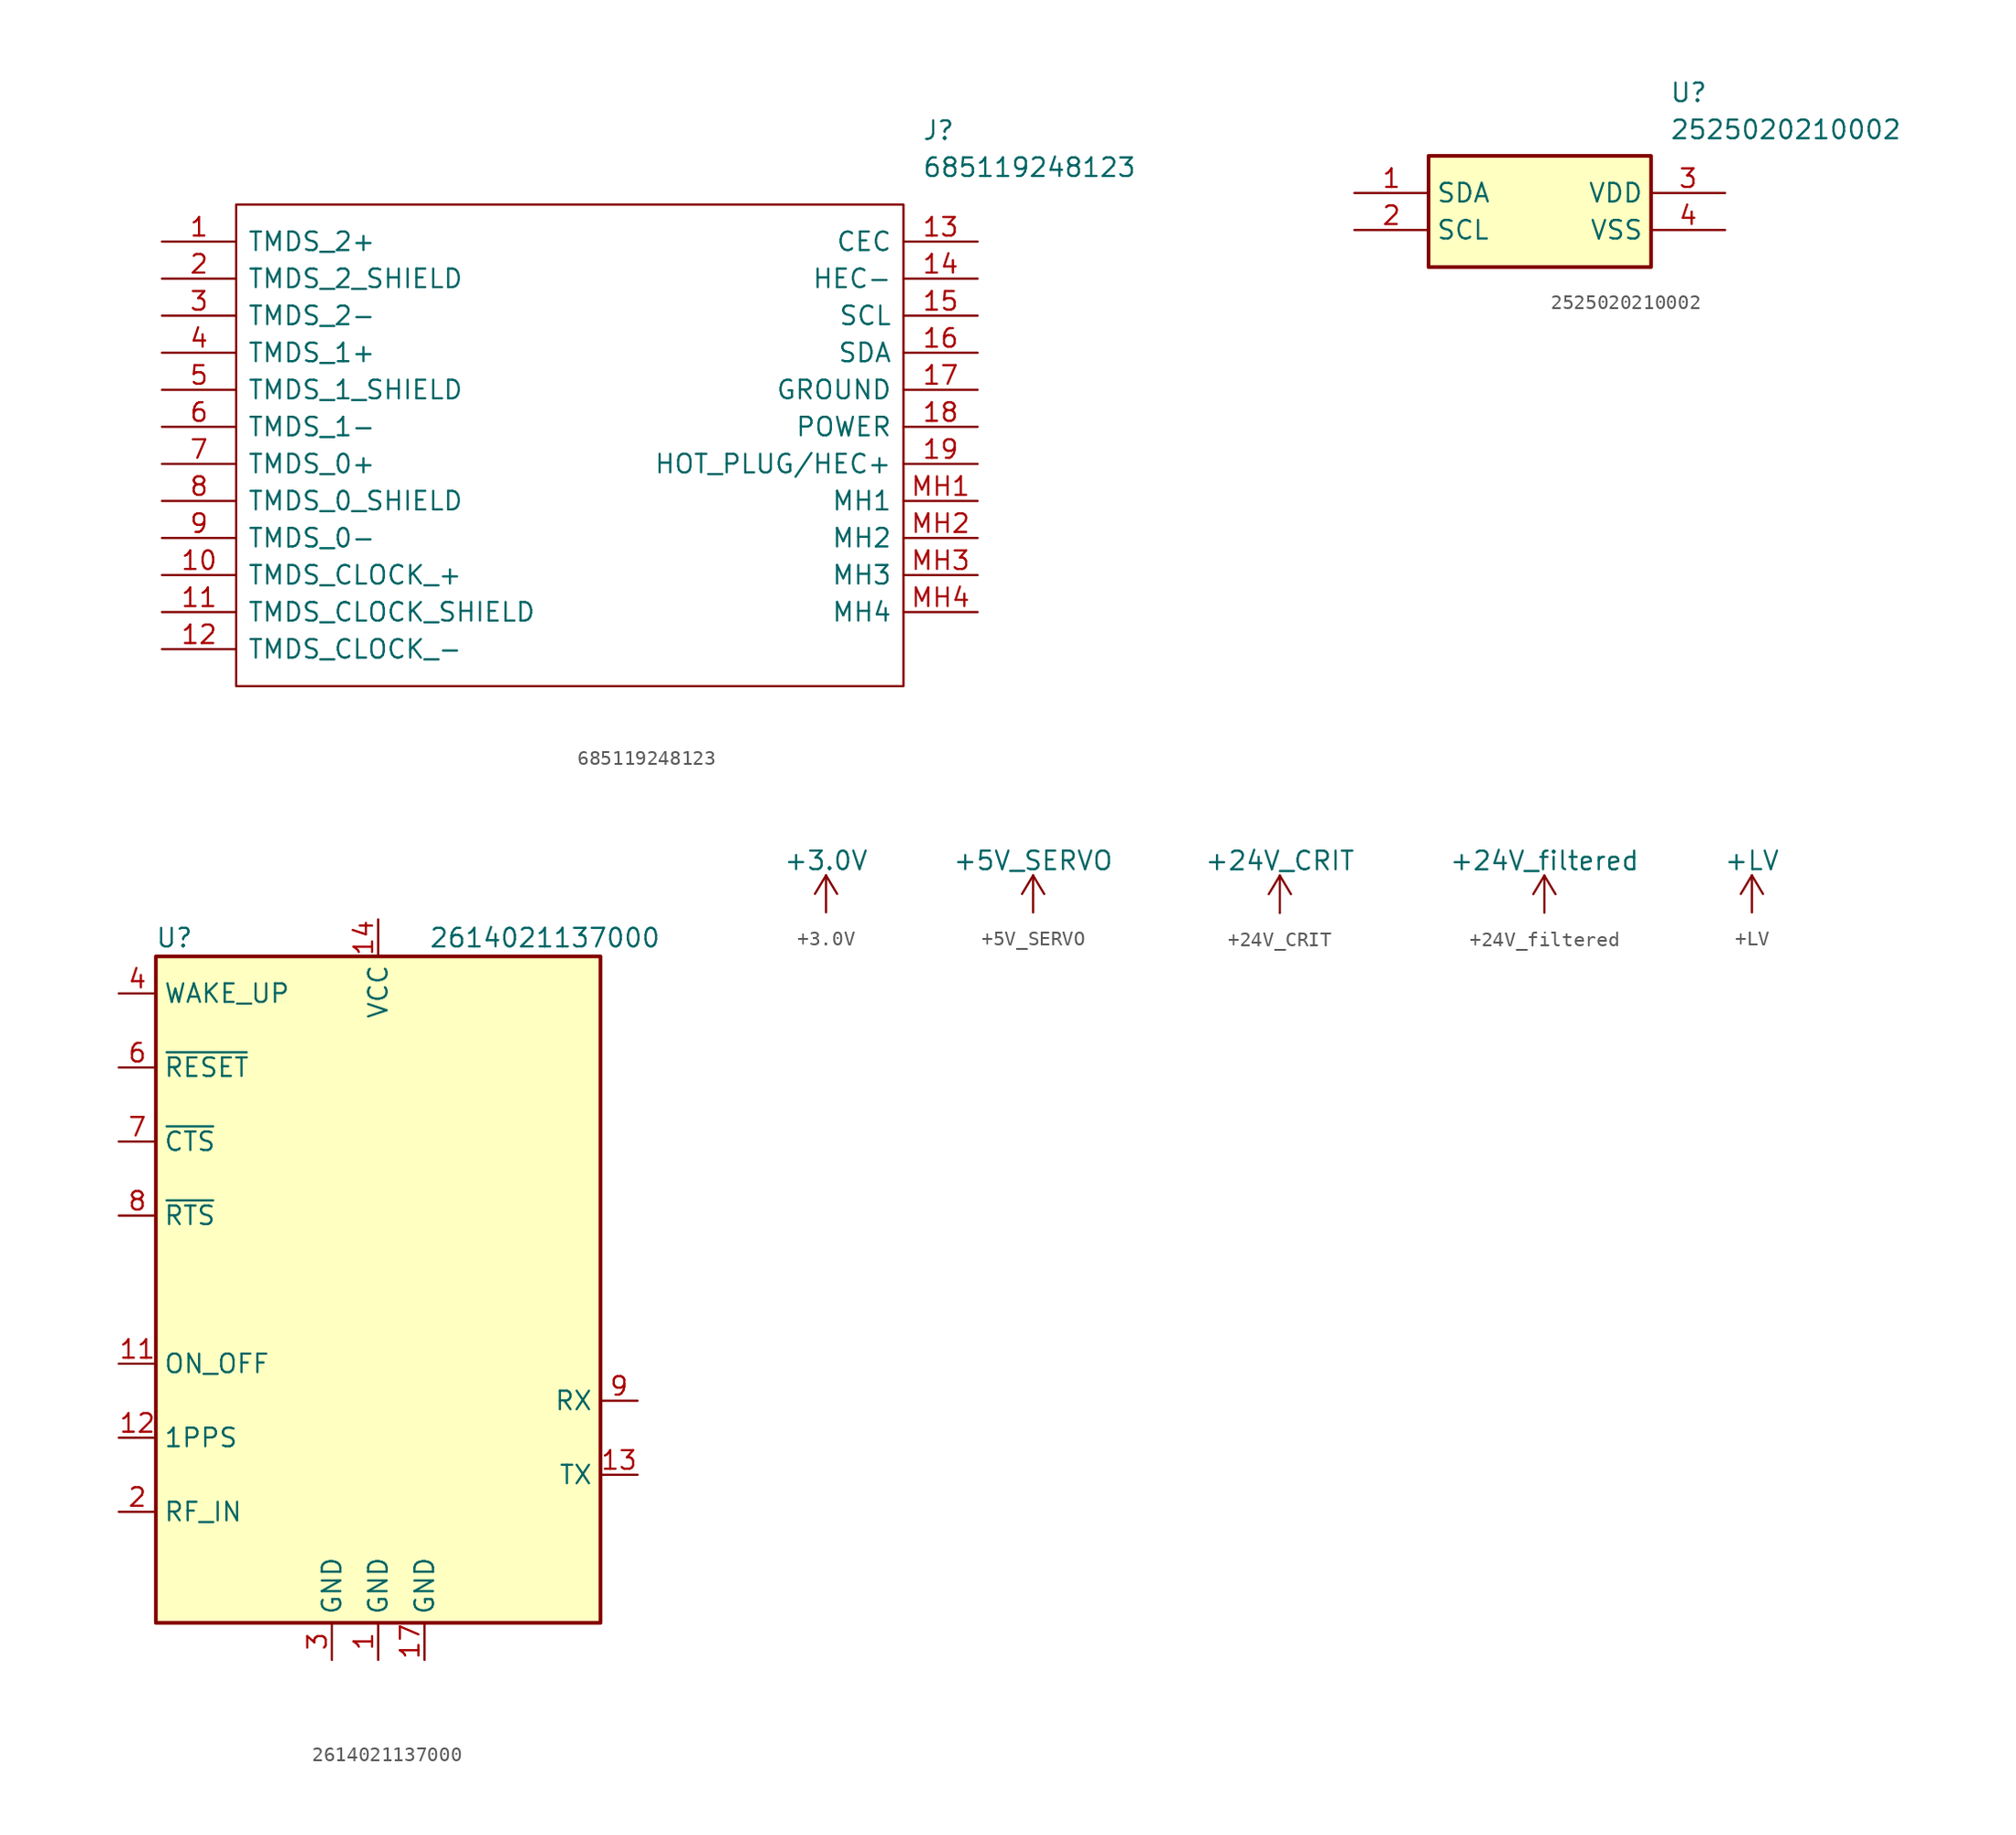
<source format=kicad_sym>
(kicad_symbol_lib
  (version 20231120)
  (generator "kicad_symbol_editor")
  (generator_version "8.0")
  (symbol "685119248123"
    (pin_names
      (offset 0.762))
    (property "Reference" "J"
      (at 52.07 7.62 0)
      (effects (font (size 1.27 1.27)) (justify left)))
    (property "Value" "685119248123"
      (at 52.07 5.08 0)
      (effects (font (size 1.27 1.27)) (justify left)))
    (symbol "685119248123_0_0"
      (pin passive line (at 0 0 0) (length 5.08) (name "TMDS_2+" (effects (font (size 1.27 1.27)))) (number "1" (effects (font (size 1.27 1.27)))))
      (pin passive line (at 0 -22.86 0) (length 5.08) (name "TMDS_CLOCK_+" (effects (font (size 1.27 1.27)))) (number "10" (effects (font (size 1.27 1.27)))))
      (pin passive line (at 0 -25.4 0) (length 5.08) (name "TMDS_CLOCK_SHIELD" (effects (font (size 1.27 1.27)))) (number "11" (effects (font (size 1.27 1.27)))))
      (pin passive line (at 0 -27.94 0) (length 5.08) (name "TMDS_CLOCK_-" (effects (font (size 1.27 1.27)))) (number "12" (effects (font (size 1.27 1.27)))))
      (pin passive line (at 55.88 0 180) (length 5.08) (name "CEC" (effects (font (size 1.27 1.27)))) (number "13" (effects (font (size 1.27 1.27)))))
      (pin passive line (at 55.88 -2.54 180) (length 5.08) (name "HEC-" (effects (font (size 1.27 1.27)))) (number "14" (effects (font (size 1.27 1.27)))))
      (pin passive line (at 55.88 -5.08 180) (length 5.08) (name "SCL" (effects (font (size 1.27 1.27)))) (number "15" (effects (font (size 1.27 1.27)))))
      (pin passive line (at 55.88 -7.62 180) (length 5.08) (name "SDA" (effects (font (size 1.27 1.27)))) (number "16" (effects (font (size 1.27 1.27)))))
      (pin passive line (at 55.88 -10.16 180) (length 5.08) (name "GROUND" (effects (font (size 1.27 1.27)))) (number "17" (effects (font (size 1.27 1.27)))))
      (pin passive line (at 55.88 -12.7 180) (length 5.08) (name "POWER" (effects (font (size 1.27 1.27)))) (number "18" (effects (font (size 1.27 1.27)))))
      (pin passive line (at 55.88 -15.24 180) (length 5.08) (name "HOT_PLUG/HEC+" (effects (font (size 1.27 1.27)))) (number "19" (effects (font (size 1.27 1.27)))))
      (pin passive line (at 0 -2.54 0) (length 5.08) (name "TMDS_2_SHIELD" (effects (font (size 1.27 1.27)))) (number "2" (effects (font (size 1.27 1.27)))))
      (pin passive line (at 0 -5.08 0) (length 5.08) (name "TMDS_2-" (effects (font (size 1.27 1.27)))) (number "3" (effects (font (size 1.27 1.27)))))
      (pin passive line (at 0 -7.62 0) (length 5.08) (name "TMDS_1+" (effects (font (size 1.27 1.27)))) (number "4" (effects (font (size 1.27 1.27)))))
      (pin passive line (at 0 -10.16 0) (length 5.08) (name "TMDS_1_SHIELD" (effects (font (size 1.27 1.27)))) (number "5" (effects (font (size 1.27 1.27)))))
      (pin passive line (at 0 -12.7 0) (length 5.08) (name "TMDS_1-" (effects (font (size 1.27 1.27)))) (number "6" (effects (font (size 1.27 1.27)))))
      (pin passive line (at 0 -15.24 0) (length 5.08) (name "TMDS_0+" (effects (font (size 1.27 1.27)))) (number "7" (effects (font (size 1.27 1.27)))))
      (pin passive line (at 0 -17.78 0) (length 5.08) (name "TMDS_0_SHIELD" (effects (font (size 1.27 1.27)))) (number "8" (effects (font (size 1.27 1.27)))))
      (pin passive line (at 0 -20.32 0) (length 5.08) (name "TMDS_0-" (effects (font (size 1.27 1.27)))) (number "9" (effects (font (size 1.27 1.27)))))
      (pin passive line (at 55.88 -17.78 180) (length 5.08) (name "MH1" (effects (font (size 1.27 1.27)))) (number "MH1" (effects (font (size 1.27 1.27)))))
      (pin passive line (at 55.88 -20.32 180) (length 5.08) (name "MH2" (effects (font (size 1.27 1.27)))) (number "MH2" (effects (font (size 1.27 1.27)))))
      (pin passive line (at 55.88 -22.86 180) (length 5.08) (name "MH3" (effects (font (size 1.27 1.27)))) (number "MH3" (effects (font (size 1.27 1.27)))))
      (pin passive line (at 55.88 -25.4 180) (length 5.08) (name "MH4" (effects (font (size 1.27 1.27)))) (number "MH4" (effects (font (size 1.27 1.27))))))
    (symbol "685119248123_0_1"
      (polyline (pts (xy 5.08 2.54) (xy 50.8 2.54) (xy 50.8 -30.48) (xy 5.08 -30.48) (xy 5.08 2.54)) (stroke (width 0.152) (type solid)) (fill (type none)))))
  (symbol "2525020210002"
    (property "Reference" "U"
      (at 21.59 7.62 0)
      (effects (font (size 1.27 1.27)) (justify left top)))
    (property "Value" "2525020210002"
      (at 21.59 5.08 0)
      (effects (font (size 1.27 1.27)) (justify left top)))
    (symbol "2525020210002_1_1"
      (rectangle (start 5.08 2.54) (end 20.32 -5.08) (stroke (width 0.254) (type default)) (fill (type background)))
      (pin passive line (at 0 0 0) (length 5.08) (name "SDA" (effects (font (size 1.27 1.27)))) (number "1" (effects (font (size 1.27 1.27)))))
      (pin passive line (at 0 -2.54 0) (length 5.08) (name "SCL" (effects (font (size 1.27 1.27)))) (number "2" (effects (font (size 1.27 1.27)))))
      (pin passive line (at 25.4 0 180) (length 5.08) (name "VDD" (effects (font (size 1.27 1.27)))) (number "3" (effects (font (size 1.27 1.27)))))
      (pin passive line (at 25.4 -2.54 180) (length 5.08) (name "VSS" (effects (font (size 1.27 1.27)))) (number "4" (effects (font (size 1.27 1.27)))))))
  (symbol "2614021137000"
    (property "Reference" "U"
      (at -13.97 24.13 0)
      (effects (font (size 1.27 1.27))))
    (property "Value" "2614021137000"
      (at 11.43 24.13 0)
      (effects (font (size 1.27 1.27))))
    (symbol "2614021137000_0_1"
      (rectangle (start -15.24 22.86) (end 15.24 -22.86) (stroke (width 0.254) (type default)) (fill (type background))))
    (symbol "2614021137000_1_1"
      (pin power_in line (at 0 -25.4 90) (length 2.54) (name "GND" (effects (font (size 1.27 1.27)))) (number "1" (effects (font (size 1.27 1.27)))))
      (pin passive line (at 0 10.16 0) (length 2.54) hide (name "RESERVED" (effects (font (size 1.27 1.27)))) (number "10" (effects (font (size 1.27 1.27)))))
      (pin input line (at -17.78 -5.08 0) (length 2.54) (name "ON_OFF" (effects (font (size 1.27 1.27)))) (number "11" (effects (font (size 1.27 1.27)))))
      (pin input line (at -17.78 -10.16 0) (length 2.54) (name "1PPS" (effects (font (size 1.27 1.27)))) (number "12" (effects (font (size 1.27 1.27)))))
      (pin input line (at 17.78 -12.7 180) (length 2.54) (name "TX" (effects (font (size 1.27 1.27)))) (number "13" (effects (font (size 1.27 1.27)))))
      (pin power_in line (at 0 25.4 270) (length 2.54) (name "VCC" (effects (font (size 1.27 1.27)))) (number "14" (effects (font (size 1.27 1.27)))))
      (pin passive line (at 0 5.08 0) (length 2.54) hide (name "NC" (effects (font (size 1.27 1.27)))) (number "15" (effects (font (size 1.27 1.27)))))
      (pin passive line (at 0 1.27 0) (length 2.54) hide (name "NC" (effects (font (size 1.27 1.27)))) (number "16" (effects (font (size 1.27 1.27)))))
      (pin power_in line (at 3.175 -25.4 90) (length 2.54) (name "GND" (effects (font (size 1.27 1.27)))) (number "17" (effects (font (size 1.27 1.27)))))
      (pin passive line (at 0 -5.715 0) (length 2.54) hide (name "RESERVED" (effects (font (size 1.27 1.27)))) (number "18" (effects (font (size 1.27 1.27)))))
      (pin passive line (at 0 -10.16 0) (length 2.54) hide (name "RESERVED" (effects (font (size 1.27 1.27)))) (number "19" (effects (font (size 1.27 1.27)))))
      (pin input line (at -17.78 -15.24 0) (length 2.54) (name "RF_IN" (effects (font (size 1.27 1.27)))) (number "2" (effects (font (size 1.27 1.27)))))
      (pin passive line (at 0 -15.24 0) (length 2.54) hide (name "NC" (effects (font (size 1.27 1.27)))) (number "20" (effects (font (size 1.27 1.27)))))
      (pin power_in line (at -3.175 -25.4 90) (length 2.54) (name "GND" (effects (font (size 1.27 1.27)))) (number "3" (effects (font (size 1.27 1.27)))))
      (pin input line (at -17.78 20.32 0) (length 2.54) (name "WAKE_UP" (effects (font (size 1.27 1.27)))) (number "4" (effects (font (size 1.27 1.27)))))
      (pin passive line (at 0 15.24 0) (length 2.54) hide (name "RESERVED" (effects (font (size 1.27 1.27)))) (number "5" (effects (font (size 1.27 1.27)))))
      (pin bidirectional line (at -17.78 15.24 0) (length 2.54) (name "~{RESET}" (effects (font (size 1.27 1.27)))) (number "6" (effects (font (size 1.27 1.27)))))
      (pin input line (at -17.78 10.16 0) (length 2.54) (name "~{CTS}" (effects (font (size 1.27 1.27)))) (number "7" (effects (font (size 1.27 1.27)))))
      (pin bidirectional line (at -17.78 5.08 0) (length 2.54) (name "~{RTS}" (effects (font (size 1.27 1.27)))) (number "8" (effects (font (size 1.27 1.27)))))
      (pin input line (at 17.78 -7.62 180) (length 2.54) (name "RX" (effects (font (size 1.27 1.27)))) (number "9" (effects (font (size 1.27 1.27)))))))
  (symbol "+3.0V"
    (power)
    (pin_names
      (offset 0))
    (property "Reference" "#PWR"
      (at 0 -3.81 0)
      (effects (font (size 1.27 1.27)) (hide yes)))
    (property "Value" "+3.0V"
      (at 0 3.556 0)
      (effects (font (size 1.27 1.27))))
    (symbol "+3.0V_0_1"
      (polyline (pts (xy -0.762 1.27) (xy 0 2.54)) (stroke (width 0) (type default)) (fill (type none)))
      (polyline (pts (xy 0 0) (xy 0 2.54)) (stroke (width 0) (type default)) (fill (type none)))
      (polyline (pts (xy 0 2.54) (xy 0.762 1.27)) (stroke (width 0) (type default)) (fill (type none))))
    (symbol "+3.0V_1_1"
      (pin power_in line (at 0 0 90) (length 0) hide (name "+3.0V" (effects (font (size 1.27 1.27)))) (number "1" (effects (font (size 1.27 1.27)))))))
  (symbol "+5V_SERVO"
    (power)
    (pin_names
      (offset 0))
    (property "Reference" "#PWR"
      (at -8.509 -2.413 0)
      (effects (font (size 1.27 1.27)) (hide yes)))
    (property "Value" "+5V_SERVO"
      (at 0 3.556 0)
      (effects (font (size 1.27 1.27))))
    (symbol "+5V_SERVO_0_1"
      (polyline (pts (xy -0.762 1.27) (xy 0 2.54)) (stroke (width 0) (type default)) (fill (type none)))
      (polyline (pts (xy 0 0) (xy 0 2.54)) (stroke (width 0) (type default)) (fill (type none)))
      (polyline (pts (xy 0 2.54) (xy 0.762 1.27)) (stroke (width 0) (type default)) (fill (type none))))
    (symbol "+5V_SERVO_1_1"
      (pin power_in line (at 0 0 90) (length 0) hide (name "+5V" (effects (font (size 1.27 1.27)))) (number "1" (effects (font (size 1.27 1.27)))))))
  (symbol "+24V_CRIT"
    (power)
    (pin_numbers hide)
    (pin_names
      (offset 0) hide)
    (property "Reference" "#PWR"
      (at 0 -3.81 0)
      (effects (font (size 1.27 1.27)) (hide yes)))
    (property "Value" "+24V_CRIT"
      (at 0 3.556 0)
      (effects (font (size 1.27 1.27))))
    (symbol "+24V_CRIT_0_1"
      (polyline (pts (xy -0.762 1.27) (xy 0 2.54)) (stroke (width 0) (type default)) (fill (type none)))
      (polyline (pts (xy 0 0) (xy 0 2.54)) (stroke (width 0) (type default)) (fill (type none)))
      (polyline (pts (xy 0 2.54) (xy 0.762 1.27)) (stroke (width 0) (type default)) (fill (type none))))
    (symbol "+24V_CRIT_1_1"
      (pin power_in line (at 0 0 90) (length 0) (name "~" (effects (font (size 1.27 1.27)))) (number "1" (effects (font (size 1.27 1.27)))))))
  (symbol "+24V_filtered"
    (power)
    (pin_names
      (offset 0))
    (property "Reference" "#PWR"
      (at 0 -3.81 0)
      (effects (font (size 1.27 1.27)) (hide yes)))
    (property "Value" "+24V_filtered"
      (at 0 3.556 0)
      (effects (font (size 1.27 1.27))))
    (symbol "+24V_filtered_0_1"
      (polyline (pts (xy -0.762 1.27) (xy 0 2.54)) (stroke (width 0) (type default)) (fill (type none)))
      (polyline (pts (xy 0 0) (xy 0 2.54)) (stroke (width 0) (type default)) (fill (type none)))
      (polyline (pts (xy 0 2.54) (xy 0.762 1.27)) (stroke (width 0) (type default)) (fill (type none))))
    (symbol "+24V_filtered_1_1"
      (pin power_in line (at 0 0 90) (length 0) hide (name "+24V_filtered" (effects (font (size 1.27 1.27)))) (number "1" (effects (font (size 1.27 1.27)))))))
  (symbol "+LV"
    (power)
    (pin_names
      (offset 0))
    (property "Reference" "#PWR"
      (at 0 -3.81 0)
      (effects (font (size 1.27 1.27)) (hide yes)))
    (property "Value" "+LV"
      (at 0 3.556 0)
      (effects (font (size 1.27 1.27))))
    (symbol "+LV_0_1"
      (polyline (pts (xy -0.762 1.27) (xy 0 2.54)) (stroke (width 0) (type default)) (fill (type none)))
      (polyline (pts (xy 0 0) (xy 0 2.54)) (stroke (width 0) (type default)) (fill (type none)))
      (polyline (pts (xy 0 2.54) (xy 0.762 1.27)) (stroke (width 0) (type default)) (fill (type none))))
    (symbol "+LV_1_1"
      (pin power_in line (at 0 0 90) (length 0) hide (name "+LV" (effects (font (size 1.27 1.27)))) (number "1" (effects (font (size 1.27 1.27))))))))
</source>
